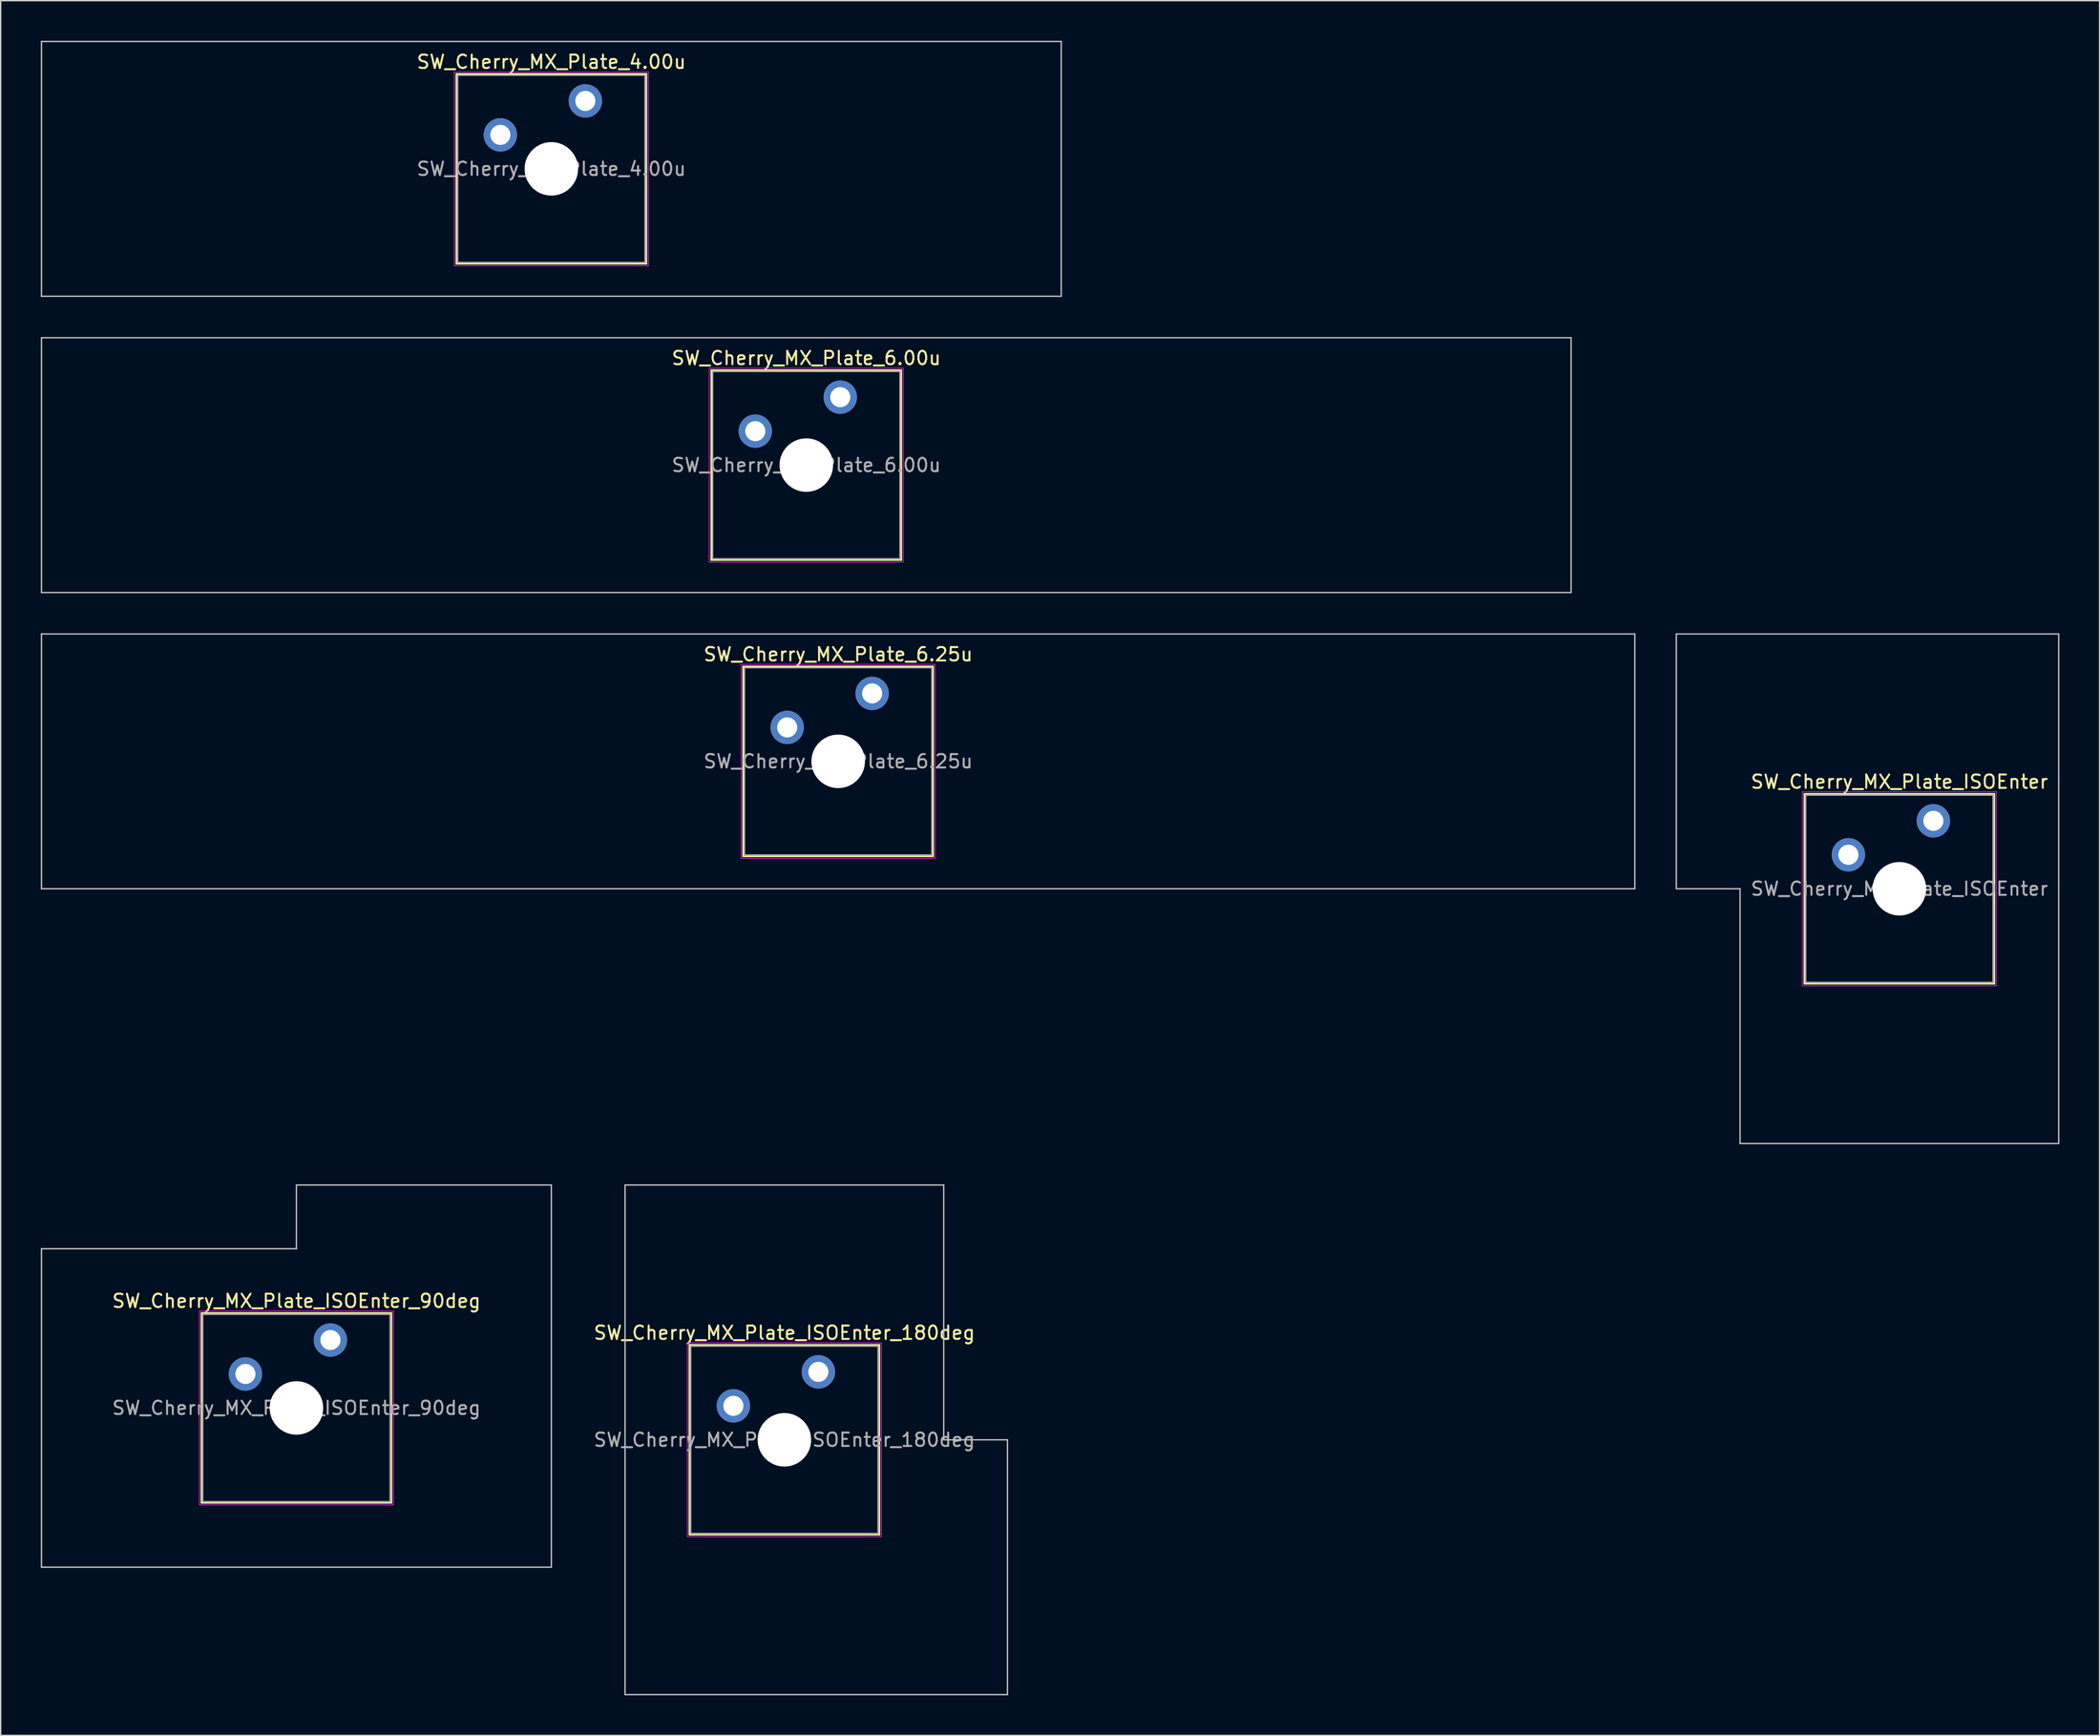
<source format=kicad_pcb>
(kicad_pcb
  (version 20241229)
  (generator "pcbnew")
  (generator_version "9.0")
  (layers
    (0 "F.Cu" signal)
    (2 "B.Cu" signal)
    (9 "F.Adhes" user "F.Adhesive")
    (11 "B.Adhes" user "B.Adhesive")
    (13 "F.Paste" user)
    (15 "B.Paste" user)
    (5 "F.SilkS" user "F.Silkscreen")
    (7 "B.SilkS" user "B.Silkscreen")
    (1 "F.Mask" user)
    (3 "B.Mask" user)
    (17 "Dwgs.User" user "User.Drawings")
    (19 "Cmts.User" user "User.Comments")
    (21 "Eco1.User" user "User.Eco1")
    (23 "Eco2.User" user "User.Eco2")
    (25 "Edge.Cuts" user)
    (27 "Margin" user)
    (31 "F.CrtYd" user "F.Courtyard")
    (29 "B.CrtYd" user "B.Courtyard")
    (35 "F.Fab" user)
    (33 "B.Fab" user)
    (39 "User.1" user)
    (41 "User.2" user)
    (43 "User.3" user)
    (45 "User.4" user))
  (footprint "SW_Cherry_MX_Plate_6.00u"
    (layer "F.Cu")
    (at 57.2 31.725)
    (property "Reference" "SW_Cherry_MX_Plate_6.00u" (at 0 -8 0) (layer "F.SilkS") (effects (font (size 1 1) (thickness 0.15))))
    (attr through_hole)
    (fp_line (start -7.1 -7.1) (end -7.1 7.1) (stroke (width 0.12) (type solid)) (layer "F.SilkS"))
    (fp_line (start -7.1 7.1) (end 7.1 7.1) (stroke (width 0.12) (type solid)) (layer "F.SilkS"))
    (fp_line (start 7.1 -7.1) (end -7.1 -7.1) (stroke (width 0.12) (type solid)) (layer "F.SilkS"))
    (fp_line (start 7.1 7.1) (end 7.1 -7.1) (stroke (width 0.12) (type solid)) (layer "F.SilkS"))
    (fp_line (start -57.15 -9.525) (end -57.15 9.525) (stroke (width 0.1) (type solid)) (layer "Dwgs.User"))
    (fp_line (start -57.15 9.525) (end 57.15 9.525) (stroke (width 0.1) (type solid)) (layer "Dwgs.User"))
    (fp_line (start 57.15 -9.525) (end -57.15 -9.525) (stroke (width 0.1) (type solid)) (layer "Dwgs.User"))
    (fp_line (start 57.15 9.525) (end 57.15 -9.525) (stroke (width 0.1) (type solid)) (layer "Dwgs.User"))
    (fp_line (start -7 -7) (end -7 7) (stroke (width 0.1) (type solid)) (layer "Eco1.User"))
    (fp_line (start -7 7) (end 7 7) (stroke (width 0.1) (type solid)) (layer "Eco1.User"))
    (fp_line (start 7 -7) (end -7 -7) (stroke (width 0.1) (type solid)) (layer "Eco1.User"))
    (fp_line (start 7 7) (end 7 -7) (stroke (width 0.1) (type solid)) (layer "Eco1.User"))
    (fp_line (start -7.25 -7.25) (end -7.25 7.25) (stroke (width 0.05) (type solid)) (layer "F.CrtYd"))
    (fp_line (start -7.25 7.25) (end 7.25 7.25) (stroke (width 0.05) (type solid)) (layer "F.CrtYd"))
    (fp_line (start 7.25 -7.25) (end -7.25 -7.25) (stroke (width 0.05) (type solid)) (layer "F.CrtYd"))
    (fp_line (start 7.25 7.25) (end 7.25 -7.25) (stroke (width 0.05) (type solid)) (layer "F.CrtYd"))
    (fp_line (start -7 -7) (end -7 7) (stroke (width 0.1) (type solid)) (layer "F.Fab"))
    (fp_line (start -7 7) (end 7 7) (stroke (width 0.1) (type solid)) (layer "F.Fab"))
    (fp_line (start 7 -7) (end -7 -7) (stroke (width 0.1) (type solid)) (layer "F.Fab"))
    (fp_line (start 7 7) (end 7 -7) (stroke (width 0.1) (type solid)) (layer "F.Fab"))
    (fp_text user "${REFERENCE}" (at 0 0 0) (layer "F.Fab") (effects (font (size 1 1) (thickness 0.15))))
    (pad "" smd circle (at -3.81 -2.54) (size 1.55 1.55) (layers "F.Mask"))
    (pad "" np_thru_hole circle (at 0 0) (size 4 4) (drill 4) (layers "*.Cu" "*.Mask"))
    (pad "" smd circle (at 2.54 -5.08) (size 1.55 1.55) (layers "F.Mask"))
    (pad "1" thru_hole circle (at -3.81 -2.54) (size 2.5 2.5) (drill 1.5) (layers "*.Cu" "B.Mask"))
    (pad "2" thru_hole circle (at 2.54 -5.08) (size 2.5 2.5) (drill 1.5) (layers "*.Cu" "B.Mask")))
  (footprint "SW_Cherry_MX_Plate_ISOEnter_180deg"
    (layer "F.Cu")
    (at 55.563 104.6)
    (property "Reference" "SW_Cherry_MX_Plate_ISOEnter_180deg" (at 0 -8 0) (layer "F.SilkS") (effects (font (size 1 1) (thickness 0.15))))
    (attr through_hole)
    (fp_line (start -7.1 -7.1) (end -7.1 7.1) (stroke (width 0.12) (type solid)) (layer "F.SilkS"))
    (fp_line (start -7.1 7.1) (end 7.1 7.1) (stroke (width 0.12) (type solid)) (layer "F.SilkS"))
    (fp_line (start 7.1 -7.1) (end -7.1 -7.1) (stroke (width 0.12) (type solid)) (layer "F.SilkS"))
    (fp_line (start 7.1 7.1) (end 7.1 -7.1) (stroke (width 0.12) (type solid)) (layer "F.SilkS"))
    (fp_line (start -11.906 -19.05) (end -11.906 19.05) (stroke (width 0.1) (type solid)) (layer "Dwgs.User"))
    (fp_line (start -11.906 19.05) (end 16.669 19.05) (stroke (width 0.1) (type solid)) (layer "Dwgs.User"))
    (fp_line (start 11.906 -19.05) (end -11.906 -19.05) (stroke (width 0.1) (type solid)) (layer "Dwgs.User"))
    (fp_line (start 11.906 0) (end 11.906 -19.05) (stroke (width 0.1) (type solid)) (layer "Dwgs.User"))
    (fp_line (start 16.669 0) (end 11.906 0) (stroke (width 0.1) (type solid)) (layer "Dwgs.User"))
    (fp_line (start 16.669 19.05) (end 16.669 0) (stroke (width 0.1) (type solid)) (layer "Dwgs.User"))
    (fp_line (start -7 -7) (end -7 7) (stroke (width 0.1) (type solid)) (layer "Eco1.User"))
    (fp_line (start -7 7) (end 7 7) (stroke (width 0.1) (type solid)) (layer "Eco1.User"))
    (fp_line (start 7 -7) (end -7 -7) (stroke (width 0.1) (type solid)) (layer "Eco1.User"))
    (fp_line (start 7 7) (end 7 -7) (stroke (width 0.1) (type solid)) (layer "Eco1.User"))
    (fp_line (start -7.25 -7.25) (end -7.25 7.25) (stroke (width 0.05) (type solid)) (layer "F.CrtYd"))
    (fp_line (start -7.25 7.25) (end 7.25 7.25) (stroke (width 0.05) (type solid)) (layer "F.CrtYd"))
    (fp_line (start 7.25 -7.25) (end -7.25 -7.25) (stroke (width 0.05) (type solid)) (layer "F.CrtYd"))
    (fp_line (start 7.25 7.25) (end 7.25 -7.25) (stroke (width 0.05) (type solid)) (layer "F.CrtYd"))
    (fp_line (start -7 -7) (end -7 7) (stroke (width 0.1) (type solid)) (layer "F.Fab"))
    (fp_line (start -7 7) (end 7 7) (stroke (width 0.1) (type solid)) (layer "F.Fab"))
    (fp_line (start 7 -7) (end -7 -7) (stroke (width 0.1) (type solid)) (layer "F.Fab"))
    (fp_line (start 7 7) (end 7 -7) (stroke (width 0.1) (type solid)) (layer "F.Fab"))
    (fp_text user "${REFERENCE}" (at 0 0 0) (layer "F.Fab") (effects (font (size 1 1) (thickness 0.15))))
    (pad "" smd circle (at -3.81 -2.54) (size 1.55 1.55) (layers "F.Mask"))
    (pad "" np_thru_hole circle (at 0 0) (size 4 4) (drill 4) (layers "*.Cu" "*.Mask"))
    (pad "" smd circle (at 2.54 -5.08) (size 1.55 1.55) (layers "F.Mask"))
    (pad "1" thru_hole circle (at -3.81 -2.54) (size 2.5 2.5) (drill 1.5) (layers "*.Cu" "B.Mask"))
    (pad "2" thru_hole circle (at 2.54 -5.08) (size 2.5 2.5) (drill 1.5) (layers "*.Cu" "B.Mask")))
  (footprint "SW_Cherry_MX_Plate_ISOEnter"
    (layer "F.Cu")
    (at 138.881 63.4)
    (property "Reference" "SW_Cherry_MX_Plate_ISOEnter" (at 0 -8 0) (layer "F.SilkS") (effects (font (size 1 1) (thickness 0.15))))
    (attr through_hole)
    (fp_line (start -7.1 -7.1) (end -7.1 7.1) (stroke (width 0.12) (type solid)) (layer "F.SilkS"))
    (fp_line (start -7.1 7.1) (end 7.1 7.1) (stroke (width 0.12) (type solid)) (layer "F.SilkS"))
    (fp_line (start 7.1 -7.1) (end -7.1 -7.1) (stroke (width 0.12) (type solid)) (layer "F.SilkS"))
    (fp_line (start 7.1 7.1) (end 7.1 -7.1) (stroke (width 0.12) (type solid)) (layer "F.SilkS"))
    (fp_line (start -16.669 -19.05) (end -16.669 0) (stroke (width 0.1) (type solid)) (layer "Dwgs.User"))
    (fp_line (start -16.669 0) (end -11.906 0) (stroke (width 0.1) (type solid)) (layer "Dwgs.User"))
    (fp_line (start -11.906 0) (end -11.906 19.05) (stroke (width 0.1) (type solid)) (layer "Dwgs.User"))
    (fp_line (start -11.906 19.05) (end 11.906 19.05) (stroke (width 0.1) (type solid)) (layer "Dwgs.User"))
    (fp_line (start 11.906 -19.05) (end -16.669 -19.05) (stroke (width 0.1) (type solid)) (layer "Dwgs.User"))
    (fp_line (start 11.906 19.05) (end 11.906 -19.05) (stroke (width 0.1) (type solid)) (layer "Dwgs.User"))
    (fp_line (start -7 -7) (end -7 7) (stroke (width 0.1) (type solid)) (layer "Eco1.User"))
    (fp_line (start -7 7) (end 7 7) (stroke (width 0.1) (type solid)) (layer "Eco1.User"))
    (fp_line (start 7 -7) (end -7 -7) (stroke (width 0.1) (type solid)) (layer "Eco1.User"))
    (fp_line (start 7 7) (end 7 -7) (stroke (width 0.1) (type solid)) (layer "Eco1.User"))
    (fp_line (start -7.25 -7.25) (end -7.25 7.25) (stroke (width 0.05) (type solid)) (layer "F.CrtYd"))
    (fp_line (start -7.25 7.25) (end 7.25 7.25) (stroke (width 0.05) (type solid)) (layer "F.CrtYd"))
    (fp_line (start 7.25 -7.25) (end -7.25 -7.25) (stroke (width 0.05) (type solid)) (layer "F.CrtYd"))
    (fp_line (start 7.25 7.25) (end 7.25 -7.25) (stroke (width 0.05) (type solid)) (layer "F.CrtYd"))
    (fp_line (start -7 -7) (end -7 7) (stroke (width 0.1) (type solid)) (layer "F.Fab"))
    (fp_line (start -7 7) (end 7 7) (stroke (width 0.1) (type solid)) (layer "F.Fab"))
    (fp_line (start 7 -7) (end -7 -7) (stroke (width 0.1) (type solid)) (layer "F.Fab"))
    (fp_line (start 7 7) (end 7 -7) (stroke (width 0.1) (type solid)) (layer "F.Fab"))
    (fp_text user "${REFERENCE}" (at 0 0 0) (layer "F.Fab") (effects (font (size 1 1) (thickness 0.15))))
    (pad "" smd circle (at -3.81 -2.54) (size 1.55 1.55) (layers "F.Mask"))
    (pad "" np_thru_hole circle (at 0 0) (size 4 4) (drill 4) (layers "*.Cu" "*.Mask"))
    (pad "" smd circle (at 2.54 -5.08) (size 1.55 1.55) (layers "F.Mask"))
    (pad "1" thru_hole circle (at -3.81 -2.54) (size 2.5 2.5) (drill 1.5) (layers "*.Cu" "B.Mask"))
    (pad "2" thru_hole circle (at 2.54 -5.08) (size 2.5 2.5) (drill 1.5) (layers "*.Cu" "B.Mask")))
  (footprint "SW_Cherry_MX_Plate_ISOEnter_90deg"
    (layer "F.Cu")
    (at 19.1 102.219)
    (property "Reference" "SW_Cherry_MX_Plate_ISOEnter_90deg" (at 0 -8 0) (layer "F.SilkS") (effects (font (size 1 1) (thickness 0.15))))
    (attr through_hole)
    (fp_line (start -7.1 -7.1) (end -7.1 7.1) (stroke (width 0.12) (type solid)) (layer "F.SilkS"))
    (fp_line (start -7.1 7.1) (end 7.1 7.1) (stroke (width 0.12) (type solid)) (layer "F.SilkS"))
    (fp_line (start 7.1 -7.1) (end -7.1 -7.1) (stroke (width 0.12) (type solid)) (layer "F.SilkS"))
    (fp_line (start 7.1 7.1) (end 7.1 -7.1) (stroke (width 0.12) (type solid)) (layer "F.SilkS"))
    (fp_line (start -19.05 -11.906) (end -19.05 11.906) (stroke (width 0.1) (type solid)) (layer "Dwgs.User"))
    (fp_line (start -19.05 11.906) (end 19.05 11.906) (stroke (width 0.1) (type solid)) (layer "Dwgs.User"))
    (fp_line (start 0 -16.669) (end 0 -11.906) (stroke (width 0.1) (type solid)) (layer "Dwgs.User"))
    (fp_line (start 0 -11.906) (end -19.05 -11.906) (stroke (width 0.1) (type solid)) (layer "Dwgs.User"))
    (fp_line (start 19.05 -16.669) (end 0 -16.669) (stroke (width 0.1) (type solid)) (layer "Dwgs.User"))
    (fp_line (start 19.05 11.906) (end 19.05 -16.669) (stroke (width 0.1) (type solid)) (layer "Dwgs.User"))
    (fp_line (start -7 -7) (end -7 7) (stroke (width 0.1) (type solid)) (layer "Eco1.User"))
    (fp_line (start -7 7) (end 7 7) (stroke (width 0.1) (type solid)) (layer "Eco1.User"))
    (fp_line (start 7 -7) (end -7 -7) (stroke (width 0.1) (type solid)) (layer "Eco1.User"))
    (fp_line (start 7 7) (end 7 -7) (stroke (width 0.1) (type solid)) (layer "Eco1.User"))
    (fp_line (start -7.25 -7.25) (end -7.25 7.25) (stroke (width 0.05) (type solid)) (layer "F.CrtYd"))
    (fp_line (start -7.25 7.25) (end 7.25 7.25) (stroke (width 0.05) (type solid)) (layer "F.CrtYd"))
    (fp_line (start 7.25 -7.25) (end -7.25 -7.25) (stroke (width 0.05) (type solid)) (layer "F.CrtYd"))
    (fp_line (start 7.25 7.25) (end 7.25 -7.25) (stroke (width 0.05) (type solid)) (layer "F.CrtYd"))
    (fp_line (start -7 -7) (end -7 7) (stroke (width 0.1) (type solid)) (layer "F.Fab"))
    (fp_line (start -7 7) (end 7 7) (stroke (width 0.1) (type solid)) (layer "F.Fab"))
    (fp_line (start 7 -7) (end -7 -7) (stroke (width 0.1) (type solid)) (layer "F.Fab"))
    (fp_line (start 7 7) (end 7 -7) (stroke (width 0.1) (type solid)) (layer "F.Fab"))
    (fp_text user "${REFERENCE}" (at 0 0 0) (layer "F.Fab") (effects (font (size 1 1) (thickness 0.15))))
    (pad "" smd circle (at -3.81 -2.54) (size 1.55 1.55) (layers "F.Mask"))
    (pad "" np_thru_hole circle (at 0 0) (size 4 4) (drill 4) (layers "*.Cu" "*.Mask"))
    (pad "" smd circle (at 2.54 -5.08) (size 1.55 1.55) (layers "F.Mask"))
    (pad "1" thru_hole circle (at -3.81 -2.54) (size 2.5 2.5) (drill 1.5) (layers "*.Cu" "B.Mask"))
    (pad "2" thru_hole circle (at 2.54 -5.08) (size 2.5 2.5) (drill 1.5) (layers "*.Cu" "B.Mask")))
  (footprint "SW_Cherry_MX_Plate_4.00u"
    (layer "F.Cu")
    (at 38.15 9.575)
    (property "Reference" "SW_Cherry_MX_Plate_4.00u" (at 0 -8 0) (layer "F.SilkS") (effects (font (size 1 1) (thickness 0.15))))
    (attr through_hole)
    (fp_line (start -7.1 -7.1) (end -7.1 7.1) (stroke (width 0.12) (type solid)) (layer "F.SilkS"))
    (fp_line (start -7.1 7.1) (end 7.1 7.1) (stroke (width 0.12) (type solid)) (layer "F.SilkS"))
    (fp_line (start 7.1 -7.1) (end -7.1 -7.1) (stroke (width 0.12) (type solid)) (layer "F.SilkS"))
    (fp_line (start 7.1 7.1) (end 7.1 -7.1) (stroke (width 0.12) (type solid)) (layer "F.SilkS"))
    (fp_line (start -38.1 -9.525) (end -38.1 9.525) (stroke (width 0.1) (type solid)) (layer "Dwgs.User"))
    (fp_line (start -38.1 9.525) (end 38.1 9.525) (stroke (width 0.1) (type solid)) (layer "Dwgs.User"))
    (fp_line (start 38.1 -9.525) (end -38.1 -9.525) (stroke (width 0.1) (type solid)) (layer "Dwgs.User"))
    (fp_line (start 38.1 9.525) (end 38.1 -9.525) (stroke (width 0.1) (type solid)) (layer "Dwgs.User"))
    (fp_line (start -7 -7) (end -7 7) (stroke (width 0.1) (type solid)) (layer "Eco1.User"))
    (fp_line (start -7 7) (end 7 7) (stroke (width 0.1) (type solid)) (layer "Eco1.User"))
    (fp_line (start 7 -7) (end -7 -7) (stroke (width 0.1) (type solid)) (layer "Eco1.User"))
    (fp_line (start 7 7) (end 7 -7) (stroke (width 0.1) (type solid)) (layer "Eco1.User"))
    (fp_line (start -7.25 -7.25) (end -7.25 7.25) (stroke (width 0.05) (type solid)) (layer "F.CrtYd"))
    (fp_line (start -7.25 7.25) (end 7.25 7.25) (stroke (width 0.05) (type solid)) (layer "F.CrtYd"))
    (fp_line (start 7.25 -7.25) (end -7.25 -7.25) (stroke (width 0.05) (type solid)) (layer "F.CrtYd"))
    (fp_line (start 7.25 7.25) (end 7.25 -7.25) (stroke (width 0.05) (type solid)) (layer "F.CrtYd"))
    (fp_line (start -7 -7) (end -7 7) (stroke (width 0.1) (type solid)) (layer "F.Fab"))
    (fp_line (start -7 7) (end 7 7) (stroke (width 0.1) (type solid)) (layer "F.Fab"))
    (fp_line (start 7 -7) (end -7 -7) (stroke (width 0.1) (type solid)) (layer "F.Fab"))
    (fp_line (start 7 7) (end 7 -7) (stroke (width 0.1) (type solid)) (layer "F.Fab"))
    (fp_text user "${REFERENCE}" (at 0 0 0) (layer "F.Fab") (effects (font (size 1 1) (thickness 0.15))))
    (pad "" smd circle (at -3.81 -2.54) (size 1.55 1.55) (layers "F.Mask"))
    (pad "" np_thru_hole circle (at 0 0) (size 4 4) (drill 4) (layers "*.Cu" "*.Mask"))
    (pad "" smd circle (at 2.54 -5.08) (size 1.55 1.55) (layers "F.Mask"))
    (pad "1" thru_hole circle (at -3.81 -2.54) (size 2.5 2.5) (drill 1.5) (layers "*.Cu" "B.Mask"))
    (pad "2" thru_hole circle (at 2.54 -5.08) (size 2.5 2.5) (drill 1.5) (layers "*.Cu" "B.Mask")))
  (footprint "SW_Cherry_MX_Plate_6.25u"
    (layer "F.Cu")
    (at 59.581 53.875)
    (property "Reference" "SW_Cherry_MX_Plate_6.25u" (at 0 -8 0) (layer "F.SilkS") (effects (font (size 1 1) (thickness 0.15))))
    (attr through_hole)
    (fp_line (start -7.1 -7.1) (end -7.1 7.1) (stroke (width 0.12) (type solid)) (layer "F.SilkS"))
    (fp_line (start -7.1 7.1) (end 7.1 7.1) (stroke (width 0.12) (type solid)) (layer "F.SilkS"))
    (fp_line (start 7.1 -7.1) (end -7.1 -7.1) (stroke (width 0.12) (type solid)) (layer "F.SilkS"))
    (fp_line (start 7.1 7.1) (end 7.1 -7.1) (stroke (width 0.12) (type solid)) (layer "F.SilkS"))
    (fp_line (start -59.531 -9.525) (end -59.531 9.525) (stroke (width 0.1) (type solid)) (layer "Dwgs.User"))
    (fp_line (start -59.531 9.525) (end 59.531 9.525) (stroke (width 0.1) (type solid)) (layer "Dwgs.User"))
    (fp_line (start 59.531 -9.525) (end -59.531 -9.525) (stroke (width 0.1) (type solid)) (layer "Dwgs.User"))
    (fp_line (start 59.531 9.525) (end 59.531 -9.525) (stroke (width 0.1) (type solid)) (layer "Dwgs.User"))
    (fp_line (start -7 -7) (end -7 7) (stroke (width 0.1) (type solid)) (layer "Eco1.User"))
    (fp_line (start -7 7) (end 7 7) (stroke (width 0.1) (type solid)) (layer "Eco1.User"))
    (fp_line (start 7 -7) (end -7 -7) (stroke (width 0.1) (type solid)) (layer "Eco1.User"))
    (fp_line (start 7 7) (end 7 -7) (stroke (width 0.1) (type solid)) (layer "Eco1.User"))
    (fp_line (start -7.25 -7.25) (end -7.25 7.25) (stroke (width 0.05) (type solid)) (layer "F.CrtYd"))
    (fp_line (start -7.25 7.25) (end 7.25 7.25) (stroke (width 0.05) (type solid)) (layer "F.CrtYd"))
    (fp_line (start 7.25 -7.25) (end -7.25 -7.25) (stroke (width 0.05) (type solid)) (layer "F.CrtYd"))
    (fp_line (start 7.25 7.25) (end 7.25 -7.25) (stroke (width 0.05) (type solid)) (layer "F.CrtYd"))
    (fp_line (start -7 -7) (end -7 7) (stroke (width 0.1) (type solid)) (layer "F.Fab"))
    (fp_line (start -7 7) (end 7 7) (stroke (width 0.1) (type solid)) (layer "F.Fab"))
    (fp_line (start 7 -7) (end -7 -7) (stroke (width 0.1) (type solid)) (layer "F.Fab"))
    (fp_line (start 7 7) (end 7 -7) (stroke (width 0.1) (type solid)) (layer "F.Fab"))
    (fp_text user "${REFERENCE}" (at 0 0 0) (layer "F.Fab") (effects (font (size 1 1) (thickness 0.15))))
    (pad "" smd circle (at -3.81 -2.54) (size 1.55 1.55) (layers "F.Mask"))
    (pad "" np_thru_hole circle (at 0 0) (size 4 4) (drill 4) (layers "*.Cu" "*.Mask"))
    (pad "" smd circle (at 2.54 -5.08) (size 1.55 1.55) (layers "F.Mask"))
    (pad "1" thru_hole circle (at -3.81 -2.54) (size 2.5 2.5) (drill 1.5) (layers "*.Cu" "B.Mask"))
    (pad "2" thru_hole circle (at 2.54 -5.08) (size 2.5 2.5) (drill 1.5) (layers "*.Cu" "B.Mask")))
  (gr_rect
    (start -3 -3)
    (end 153.838 126.7)
    (stroke (width 0.1) (type default))
    (fill no)
    (layer "Edge.Cuts")))
</source>
